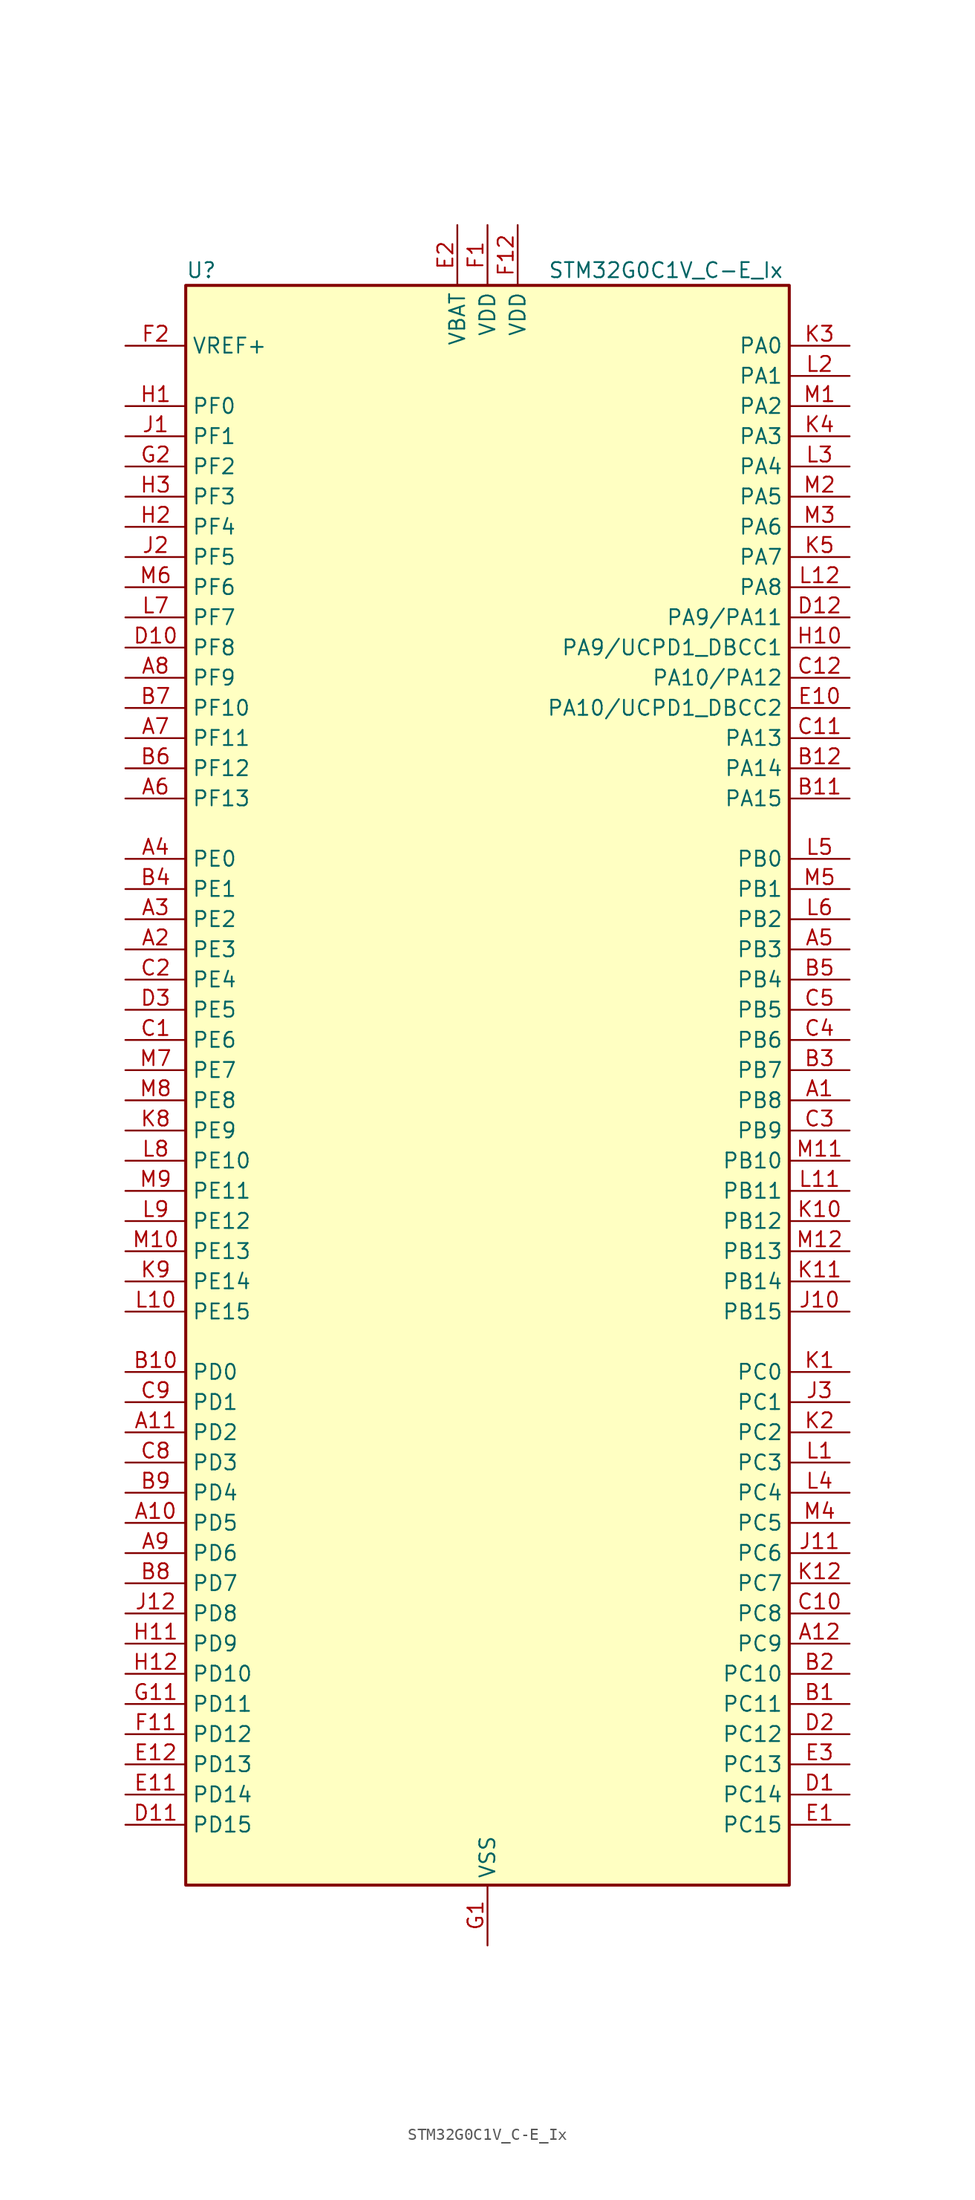
<source format=kicad_sym>
(kicad_symbol_lib
  (version 20241209)
  (generator "kicad_symbol_editor")
  (generator_version "9.0")
  (symbol "STM32G0C1V_C-E_Ix"
    (property "Reference" "U"
      (at -25.4 69.85 0)
      (effects (font (size 1.27 1.27)) (justify left)))
    (property "Value" "STM32G0C1V_C-E_Ix"
      (at 5.08 69.85 0)
      (effects (font (size 1.27 1.27)) (justify left)))
    (symbol "STM32G0C1V_C-E_Ix_0_1"
      (rectangle (start -25.4 -66.04) (end 25.4 68.58) (stroke (width 0.254) (type default)) (fill (type background))))
    (symbol "STM32G0C1V_C-E_Ix_1_1"
      (pin input line (at -30.48 63.5 0) (length 5.08) (name "VREF+" (effects (font (size 1.27 1.27)))) (number "F2" (effects (font (size 1.27 1.27)))) (alternate "VREFBUF_OUT" bidirectional line))
      (pin bidirectional line (at -30.48 58.42 0) (length 5.08) (name "PF0" (effects (font (size 1.27 1.27)))) (number "H1" (effects (font (size 1.27 1.27)))) (alternate "CRS1_SYNC" bidirectional line) (alternate "RCC_OSC_IN" bidirectional line) (alternate "TIM14_CH1" bidirectional line))
      (pin bidirectional line (at -30.48 55.88 0) (length 5.08) (name "PF1" (effects (font (size 1.27 1.27)))) (number "J1" (effects (font (size 1.27 1.27)))) (alternate "RCC_OSC_EN" bidirectional line) (alternate "RCC_OSC_OUT" bidirectional line) (alternate "TIM15_CH1N" bidirectional line))
      (pin bidirectional line (at -30.48 53.34 0) (length 5.08) (name "PF2" (effects (font (size 1.27 1.27)))) (number "G2" (effects (font (size 1.27 1.27)))) (alternate "LPUART2_DE" bidirectional line) (alternate "LPUART2_RTS" bidirectional line) (alternate "LPUART2_TX" bidirectional line) (alternate "RCC_MCO" bidirectional line))
      (pin bidirectional line (at -30.48 50.8 0) (length 5.08) (name "PF3" (effects (font (size 1.27 1.27)))) (number "H3" (effects (font (size 1.27 1.27)))) (alternate "LPUART2_RX" bidirectional line) (alternate "USART6_CK" bidirectional line) (alternate "USART6_DE" bidirectional line) (alternate "USART6_RTS" bidirectional line))
      (pin bidirectional line (at -30.48 48.26 0) (length 5.08) (name "PF4" (effects (font (size 1.27 1.27)))) (number "H2" (effects (font (size 1.27 1.27)))) (alternate "LPUART1_TX" bidirectional line))
      (pin bidirectional line (at -30.48 45.72 0) (length 5.08) (name "PF5" (effects (font (size 1.27 1.27)))) (number "J2" (effects (font (size 1.27 1.27)))) (alternate "LPUART1_RX" bidirectional line))
      (pin bidirectional line (at -30.48 43.18 0) (length 5.08) (name "PF6" (effects (font (size 1.27 1.27)))) (number "M6" (effects (font (size 1.27 1.27)))) (alternate "LPUART1_DE" bidirectional line) (alternate "LPUART1_RTS" bidirectional line))
      (pin bidirectional line (at -30.48 40.64 0) (length 5.08) (name "PF7" (effects (font (size 1.27 1.27)))) (number "L7" (effects (font (size 1.27 1.27)))) (alternate "LPUART1_CTS" bidirectional line) (alternate "USART5_CTS" bidirectional line) (alternate "USART5_NSS" bidirectional line))
      (pin bidirectional line (at -30.48 38.1 0) (length 5.08) (name "PF8" (effects (font (size 1.27 1.27)))) (number "D10" (effects (font (size 1.27 1.27)))))
      (pin bidirectional line (at -30.48 35.56 0) (length 5.08) (name "PF9" (effects (font (size 1.27 1.27)))) (number "A8" (effects (font (size 1.27 1.27)))) (alternate "DAC1_EXTI9" bidirectional line) (alternate "USART6_TX" bidirectional line))
      (pin bidirectional line (at -30.48 33.02 0) (length 5.08) (name "PF10" (effects (font (size 1.27 1.27)))) (number "B7" (effects (font (size 1.27 1.27)))) (alternate "USART6_RX" bidirectional line))
      (pin bidirectional line (at -30.48 30.48 0) (length 5.08) (name "PF11" (effects (font (size 1.27 1.27)))) (number "A7" (effects (font (size 1.27 1.27)))) (alternate "ADC1_EXTI11" bidirectional line) (alternate "USART6_CK" bidirectional line) (alternate "USART6_DE" bidirectional line) (alternate "USART6_RTS" bidirectional line))
      (pin bidirectional line (at -30.48 27.94 0) (length 5.08) (name "PF12" (effects (font (size 1.27 1.27)))) (number "B6" (effects (font (size 1.27 1.27)))) (alternate "TIM15_CH1" bidirectional line) (alternate "USART6_CTS" bidirectional line) (alternate "USART6_NSS" bidirectional line))
      (pin bidirectional line (at -30.48 25.4 0) (length 5.08) (name "PF13" (effects (font (size 1.27 1.27)))) (number "A6" (effects (font (size 1.27 1.27)))) (alternate "TIM15_CH2" bidirectional line))
      (pin bidirectional line (at -30.48 20.32 0) (length 5.08) (name "PE0" (effects (font (size 1.27 1.27)))) (number "A4" (effects (font (size 1.27 1.27)))) (alternate "TIM16_CH1" bidirectional line) (alternate "TIM4_ETR" bidirectional line))
      (pin bidirectional line (at -30.48 17.78 0) (length 5.08) (name "PE1" (effects (font (size 1.27 1.27)))) (number "B4" (effects (font (size 1.27 1.27)))) (alternate "TIM17_CH1" bidirectional line))
      (pin bidirectional line (at -30.48 15.24 0) (length 5.08) (name "PE2" (effects (font (size 1.27 1.27)))) (number "A3" (effects (font (size 1.27 1.27)))) (alternate "TIM3_ETR" bidirectional line))
      (pin bidirectional line (at -30.48 12.7 0) (length 5.08) (name "PE3" (effects (font (size 1.27 1.27)))) (number "A2" (effects (font (size 1.27 1.27)))) (alternate "TIM3_CH1" bidirectional line))
      (pin bidirectional line (at -30.48 10.16 0) (length 5.08) (name "PE4" (effects (font (size 1.27 1.27)))) (number "C2" (effects (font (size 1.27 1.27)))) (alternate "TIM3_CH2" bidirectional line))
      (pin bidirectional line (at -30.48 7.62 0) (length 5.08) (name "PE5" (effects (font (size 1.27 1.27)))) (number "D3" (effects (font (size 1.27 1.27)))) (alternate "TIM3_CH3" bidirectional line))
      (pin bidirectional line (at -30.48 5.08 0) (length 5.08) (name "PE6" (effects (font (size 1.27 1.27)))) (number "C1" (effects (font (size 1.27 1.27)))) (alternate "RTC_TAMP_IN3" bidirectional line) (alternate "SYS_WKUP3" bidirectional line) (alternate "TIM3_CH4" bidirectional line))
      (pin bidirectional line (at -30.48 2.54 0) (length 5.08) (name "PE7" (effects (font (size 1.27 1.27)))) (number "M7" (effects (font (size 1.27 1.27)))) (alternate "COMP3_INP" bidirectional line) (alternate "TIM1_ETR" bidirectional line) (alternate "USART5_CK" bidirectional line) (alternate "USART5_DE" bidirectional line) (alternate "USART5_RTS" bidirectional line))
      (pin bidirectional line (at -30.48 0 0) (length 5.08) (name "PE8" (effects (font (size 1.27 1.27)))) (number "M8" (effects (font (size 1.27 1.27)))) (alternate "COMP3_INM" bidirectional line) (alternate "TIM1_CH1N" bidirectional line) (alternate "USART4_TX" bidirectional line))
      (pin bidirectional line (at -30.48 -2.54 0) (length 5.08) (name "PE9" (effects (font (size 1.27 1.27)))) (number "K8" (effects (font (size 1.27 1.27)))) (alternate "DAC1_EXTI9" bidirectional line) (alternate "TIM1_CH1" bidirectional line) (alternate "USART4_RX" bidirectional line))
      (pin bidirectional line (at -30.48 -5.08 0) (length 5.08) (name "PE10" (effects (font (size 1.27 1.27)))) (number "L8" (effects (font (size 1.27 1.27)))) (alternate "TIM1_CH2N" bidirectional line) (alternate "USART5_TX" bidirectional line))
      (pin bidirectional line (at -30.48 -7.62 0) (length 5.08) (name "PE11" (effects (font (size 1.27 1.27)))) (number "M9" (effects (font (size 1.27 1.27)))) (alternate "ADC1_EXTI11" bidirectional line) (alternate "TIM1_CH2" bidirectional line) (alternate "USART5_RX" bidirectional line))
      (pin bidirectional line (at -30.48 -10.16 0) (length 5.08) (name "PE12" (effects (font (size 1.27 1.27)))) (number "L9" (effects (font (size 1.27 1.27)))) (alternate "I2S1_WS" bidirectional line) (alternate "SPI1_NSS" bidirectional line) (alternate "TIM1_CH3N" bidirectional line))
      (pin bidirectional line (at -30.48 -12.7 0) (length 5.08) (name "PE13" (effects (font (size 1.27 1.27)))) (number "M10" (effects (font (size 1.27 1.27)))) (alternate "I2S1_CK" bidirectional line) (alternate "SPI1_SCK" bidirectional line) (alternate "TIM1_CH3" bidirectional line))
      (pin bidirectional line (at -30.48 -15.24 0) (length 5.08) (name "PE14" (effects (font (size 1.27 1.27)))) (number "K9" (effects (font (size 1.27 1.27)))) (alternate "I2S1_MCK" bidirectional line) (alternate "SPI1_MISO" bidirectional line) (alternate "TIM1_BK2" bidirectional line) (alternate "TIM1_CH4" bidirectional line))
      (pin bidirectional line (at -30.48 -17.78 0) (length 5.08) (name "PE15" (effects (font (size 1.27 1.27)))) (number "L10" (effects (font (size 1.27 1.27)))) (alternate "I2S1_SD" bidirectional line) (alternate "SPI1_MOSI" bidirectional line) (alternate "TIM1_BK" bidirectional line))
      (pin bidirectional line (at -30.48 -22.86 0) (length 5.08) (name "PD0" (effects (font (size 1.27 1.27)))) (number "B10" (effects (font (size 1.27 1.27)))) (alternate "FDCAN1_RX" bidirectional line) (alternate "I2S2_WS" bidirectional line) (alternate "SPI2_NSS" bidirectional line) (alternate "TIM16_CH1" bidirectional line) (alternate "UCPD2_CC1" bidirectional line))
      (pin bidirectional line (at -30.48 -25.4 0) (length 5.08) (name "PD1" (effects (font (size 1.27 1.27)))) (number "C9" (effects (font (size 1.27 1.27)))) (alternate "FDCAN1_TX" bidirectional line) (alternate "I2S2_CK" bidirectional line) (alternate "SPI2_SCK" bidirectional line) (alternate "TIM17_CH1" bidirectional line) (alternate "UCPD2_DBCC1" bidirectional line))
      (pin bidirectional line (at -30.48 -27.94 0) (length 5.08) (name "PD2" (effects (font (size 1.27 1.27)))) (number "A11" (effects (font (size 1.27 1.27)))) (alternate "TIM1_CH1N" bidirectional line) (alternate "TIM3_ETR" bidirectional line) (alternate "UCPD2_CC2" bidirectional line) (alternate "USART3_CK" bidirectional line) (alternate "USART3_DE" bidirectional line) (alternate "USART3_RTS" bidirectional line) (alternate "USART5_RX" bidirectional line))
      (pin bidirectional line (at -30.48 -30.48 0) (length 5.08) (name "PD3" (effects (font (size 1.27 1.27)))) (number "C8" (effects (font (size 1.27 1.27)))) (alternate "I2S2_MCK" bidirectional line) (alternate "SPI2_MISO" bidirectional line) (alternate "TIM1_CH2N" bidirectional line) (alternate "UCPD2_DBCC2" bidirectional line) (alternate "USART2_CTS" bidirectional line) (alternate "USART2_NSS" bidirectional line) (alternate "USART5_TX" bidirectional line))
      (pin bidirectional line (at -30.48 -33.02 0) (length 5.08) (name "PD4" (effects (font (size 1.27 1.27)))) (number "B9" (effects (font (size 1.27 1.27)))) (alternate "I2S2_SD" bidirectional line) (alternate "SPI2_MOSI" bidirectional line) (alternate "TIM1_CH3N" bidirectional line) (alternate "USART2_CK" bidirectional line) (alternate "USART2_DE" bidirectional line) (alternate "USART2_RTS" bidirectional line) (alternate "USART5_CK" bidirectional line) (alternate "USART5_DE" bidirectional line) (alternate "USART5_RTS" bidirectional line))
      (pin bidirectional line (at -30.48 -35.56 0) (length 5.08) (name "PD5" (effects (font (size 1.27 1.27)))) (number "A10" (effects (font (size 1.27 1.27)))) (alternate "I2S1_MCK" bidirectional line) (alternate "SPI1_MISO" bidirectional line) (alternate "TIM1_BK" bidirectional line) (alternate "USART2_TX" bidirectional line) (alternate "USART5_CTS" bidirectional line) (alternate "USART5_NSS" bidirectional line))
      (pin bidirectional line (at -30.48 -38.1 0) (length 5.08) (name "PD6" (effects (font (size 1.27 1.27)))) (number "A9" (effects (font (size 1.27 1.27)))) (alternate "I2S1_SD" bidirectional line) (alternate "LPTIM2_OUT" bidirectional line) (alternate "SPI1_MOSI" bidirectional line) (alternate "USART2_RX" bidirectional line))
      (pin bidirectional line (at -30.48 -40.64 0) (length 5.08) (name "PD7" (effects (font (size 1.27 1.27)))) (number "B8" (effects (font (size 1.27 1.27)))) (alternate "RCC_MCO_2" bidirectional line))
      (pin bidirectional line (at -30.48 -43.18 0) (length 5.08) (name "PD8" (effects (font (size 1.27 1.27)))) (number "J12" (effects (font (size 1.27 1.27)))) (alternate "I2S1_CK" bidirectional line) (alternate "LPTIM1_OUT" bidirectional line) (alternate "SPI1_SCK" bidirectional line) (alternate "USART3_TX" bidirectional line))
      (pin bidirectional line (at -30.48 -45.72 0) (length 5.08) (name "PD9" (effects (font (size 1.27 1.27)))) (number "H11" (effects (font (size 1.27 1.27)))) (alternate "DAC1_EXTI9" bidirectional line) (alternate "I2S1_WS" bidirectional line) (alternate "SPI1_NSS" bidirectional line) (alternate "TIM1_BK2" bidirectional line) (alternate "USART3_RX" bidirectional line))
      (pin bidirectional line (at -30.48 -48.26 0) (length 5.08) (name "PD10" (effects (font (size 1.27 1.27)))) (number "H12" (effects (font (size 1.27 1.27)))) (alternate "RCC_MCO" bidirectional line))
      (pin bidirectional line (at -30.48 -50.8 0) (length 5.08) (name "PD11" (effects (font (size 1.27 1.27)))) (number "G11" (effects (font (size 1.27 1.27)))) (alternate "ADC1_EXTI11" bidirectional line) (alternate "LPTIM2_ETR" bidirectional line) (alternate "USART3_CTS" bidirectional line) (alternate "USART3_NSS" bidirectional line))
      (pin bidirectional line (at -30.48 -53.34 0) (length 5.08) (name "PD12" (effects (font (size 1.27 1.27)))) (number "F11" (effects (font (size 1.27 1.27)))) (alternate "FDCAN1_RX" bidirectional line) (alternate "LPTIM2_IN1" bidirectional line) (alternate "TIM4_CH1" bidirectional line) (alternate "USART3_CK" bidirectional line) (alternate "USART3_DE" bidirectional line) (alternate "USART3_RTS" bidirectional line))
      (pin bidirectional line (at -30.48 -55.88 0) (length 5.08) (name "PD13" (effects (font (size 1.27 1.27)))) (number "E12" (effects (font (size 1.27 1.27)))) (alternate "FDCAN1_TX" bidirectional line) (alternate "LPTIM2_OUT" bidirectional line) (alternate "TIM4_CH2" bidirectional line))
      (pin bidirectional line (at -30.48 -58.42 0) (length 5.08) (name "PD14" (effects (font (size 1.27 1.27)))) (number "E11" (effects (font (size 1.27 1.27)))) (alternate "FDCAN2_RX" bidirectional line) (alternate "LPUART2_CTS" bidirectional line) (alternate "TIM4_CH3" bidirectional line))
      (pin bidirectional line (at -30.48 -60.96 0) (length 5.08) (name "PD15" (effects (font (size 1.27 1.27)))) (number "D11" (effects (font (size 1.27 1.27)))) (alternate "CRS1_SYNC" bidirectional line) (alternate "FDCAN2_TX" bidirectional line) (alternate "LPUART2_DE" bidirectional line) (alternate "LPUART2_RTS" bidirectional line) (alternate "TIM4_CH4" bidirectional line))
      (pin power_in line (at -2.54 73.66 270) (length 5.08) (name "VBAT" (effects (font (size 1.27 1.27)))) (number "E2" (effects (font (size 1.27 1.27)))))
      (pin power_in line (at 0 73.66 270) (length 5.08) (name "VDD" (effects (font (size 1.27 1.27)))) (number "F1" (effects (font (size 1.27 1.27)))))
      (pin power_in line (at 0 -71.12 90) (length 5.08) (name "VSS" (effects (font (size 1.27 1.27)))) (number "G1" (effects (font (size 1.27 1.27)))))
      (pin passive line (at 0 -71.12 90) (length 5.08) (hide yes) (name "VSS" (effects (font (size 1.27 1.27)))) (number "G12" (effects (font (size 1.27 1.27)))))
      (pin power_in line (at 2.54 73.66 270) (length 5.08) (name "VDD" (effects (font (size 1.27 1.27)))) (number "F12" (effects (font (size 1.27 1.27)))))
      (pin bidirectional line (at 30.48 63.5 180) (length 5.08) (name "PA0" (effects (font (size 1.27 1.27)))) (number "K3" (effects (font (size 1.27 1.27)))) (alternate "ADC1_IN0" bidirectional line) (alternate "COMP1_INM" bidirectional line) (alternate "COMP1_OUT" bidirectional line) (alternate "I2S2_CK" bidirectional line) (alternate "LPTIM1_OUT" bidirectional line) (alternate "RTC_TAMP_IN2" bidirectional line) (alternate "SPI2_SCK" bidirectional line) (alternate "SYS_WKUP1" bidirectional line) (alternate "TIM2_CH1" bidirectional line) (alternate "TIM2_ETR" bidirectional line) (alternate "UCPD2_FRSTX1" bidirectional line) (alternate "UCPD2_FRSTX2" bidirectional line) (alternate "USART2_CTS" bidirectional line) (alternate "USART2_NSS" bidirectional line) (alternate "USART4_TX" bidirectional line))
      (pin bidirectional line (at 30.48 60.96 180) (length 5.08) (name "PA1" (effects (font (size 1.27 1.27)))) (number "L2" (effects (font (size 1.27 1.27)))) (alternate "ADC1_IN1" bidirectional line) (alternate "COMP1_INP" bidirectional line) (alternate "I2C1_SMBA" bidirectional line) (alternate "I2S1_CK" bidirectional line) (alternate "SPI1_SCK" bidirectional line) (alternate "TIM15_CH1N" bidirectional line) (alternate "TIM2_CH2" bidirectional line) (alternate "USART2_CK" bidirectional line) (alternate "USART2_DE" bidirectional line) (alternate "USART2_RTS" bidirectional line) (alternate "USART4_RX" bidirectional line))
      (pin bidirectional line (at 30.48 58.42 180) (length 5.08) (name "PA2" (effects (font (size 1.27 1.27)))) (number "M1" (effects (font (size 1.27 1.27)))) (alternate "ADC1_IN2" bidirectional line) (alternate "COMP2_INM" bidirectional line) (alternate "COMP2_OUT" bidirectional line) (alternate "I2S1_SD" bidirectional line) (alternate "LPUART1_TX" bidirectional line) (alternate "RCC_LSCO" bidirectional line) (alternate "SPI1_MOSI" bidirectional line) (alternate "SYS_WKUP4" bidirectional line) (alternate "TIM15_CH1" bidirectional line) (alternate "TIM2_CH3" bidirectional line) (alternate "UCPD1_FRSTX1" bidirectional line) (alternate "UCPD1_FRSTX2" bidirectional line) (alternate "USART2_TX" bidirectional line))
      (pin bidirectional line (at 30.48 55.88 180) (length 5.08) (name "PA3" (effects (font (size 1.27 1.27)))) (number "K4" (effects (font (size 1.27 1.27)))) (alternate "ADC1_IN3" bidirectional line) (alternate "COMP2_INP" bidirectional line) (alternate "I2S2_MCK" bidirectional line) (alternate "LPUART1_RX" bidirectional line) (alternate "SPI2_MISO" bidirectional line) (alternate "TIM15_CH2" bidirectional line) (alternate "TIM2_CH4" bidirectional line) (alternate "UCPD2_FRSTX1" bidirectional line) (alternate "UCPD2_FRSTX2" bidirectional line) (alternate "USART2_RX" bidirectional line))
      (pin bidirectional line (at 30.48 53.34 180) (length 5.08) (name "PA4" (effects (font (size 1.27 1.27)))) (number "L3" (effects (font (size 1.27 1.27)))) (alternate "ADC1_IN4" bidirectional line) (alternate "DAC1_OUT1" bidirectional line) (alternate "I2S1_WS" bidirectional line) (alternate "I2S2_SD" bidirectional line) (alternate "LPTIM2_OUT" bidirectional line) (alternate "RTC_OUT2" bidirectional line) (alternate "SPI1_NSS" bidirectional line) (alternate "SPI2_MOSI" bidirectional line) (alternate "SPI3_NSS" bidirectional line) (alternate "TIM14_CH1" bidirectional line) (alternate "UCPD2_FRSTX1" bidirectional line) (alternate "UCPD2_FRSTX2" bidirectional line) (alternate "USART6_TX" bidirectional line) (alternate "USB_NOE" bidirectional line))
      (pin bidirectional line (at 30.48 50.8 180) (length 5.08) (name "PA5" (effects (font (size 1.27 1.27)))) (number "M2" (effects (font (size 1.27 1.27)))) (alternate "ADC1_IN5" bidirectional line) (alternate "CEC" bidirectional line) (alternate "DAC1_OUT2" bidirectional line) (alternate "I2S1_CK" bidirectional line) (alternate "LPTIM2_ETR" bidirectional line) (alternate "SPI1_SCK" bidirectional line) (alternate "TIM2_CH1" bidirectional line) (alternate "TIM2_ETR" bidirectional line) (alternate "UCPD1_FRSTX1" bidirectional line) (alternate "UCPD1_FRSTX2" bidirectional line) (alternate "USART3_TX" bidirectional line) (alternate "USART6_RX" bidirectional line))
      (pin bidirectional line (at 30.48 48.26 180) (length 5.08) (name "PA6" (effects (font (size 1.27 1.27)))) (number "M3" (effects (font (size 1.27 1.27)))) (alternate "ADC1_IN6" bidirectional line) (alternate "COMP1_OUT" bidirectional line) (alternate "I2C2_SDA" bidirectional line) (alternate "I2C3_SDA" bidirectional line) (alternate "I2S1_MCK" bidirectional line) (alternate "LPUART1_CTS" bidirectional line) (alternate "SPI1_MISO" bidirectional line) (alternate "TIM16_CH1" bidirectional line) (alternate "TIM1_BK" bidirectional line) (alternate "TIM3_CH1" bidirectional line) (alternate "USART3_CTS" bidirectional line) (alternate "USART3_NSS" bidirectional line) (alternate "USART6_CTS" bidirectional line) (alternate "USART6_NSS" bidirectional line))
      (pin bidirectional line (at 30.48 45.72 180) (length 5.08) (name "PA7" (effects (font (size 1.27 1.27)))) (number "K5" (effects (font (size 1.27 1.27)))) (alternate "ADC1_IN7" bidirectional line) (alternate "COMP2_OUT" bidirectional line) (alternate "I2C2_SCL" bidirectional line) (alternate "I2C3_SCL" bidirectional line) (alternate "I2S1_SD" bidirectional line) (alternate "SPI1_MOSI" bidirectional line) (alternate "TIM14_CH1" bidirectional line) (alternate "TIM17_CH1" bidirectional line) (alternate "TIM1_CH1N" bidirectional line) (alternate "TIM3_CH2" bidirectional line) (alternate "UCPD1_FRSTX1" bidirectional line) (alternate "UCPD1_FRSTX2" bidirectional line) (alternate "USART6_CK" bidirectional line) (alternate "USART6_DE" bidirectional line) (alternate "USART6_RTS" bidirectional line))
      (pin bidirectional line (at 30.48 43.18 180) (length 5.08) (name "PA8" (effects (font (size 1.27 1.27)))) (number "L12" (effects (font (size 1.27 1.27)))) (alternate "CRS1_SYNC" bidirectional line) (alternate "I2C2_SMBA" bidirectional line) (alternate "I2S2_WS" bidirectional line) (alternate "LPTIM2_OUT" bidirectional line) (alternate "RCC_MCO" bidirectional line) (alternate "SPI2_NSS" bidirectional line) (alternate "TIM1_CH1" bidirectional line) (alternate "UCPD1_CC1" bidirectional line))
      (pin bidirectional line (at 30.48 40.64 180) (length 5.08) (name "PA9/PA11" (effects (font (size 1.27 1.27)))) (number "D12" (effects (font (size 1.27 1.27)))) (alternate "ADC1_EXTI11 (PA11)" bidirectional line) (alternate "COMP1_OUT (PA11)" bidirectional line) (alternate "DAC1_EXTI9 (PA9)" bidirectional line) (alternate "FDCAN1_RX (PA11)" bidirectional line) (alternate "I2C1_SCL (PA9)" bidirectional line) (alternate "I2C2_SCL (PA11)" bidirectional line) (alternate "I2C2_SCL (PA9)" bidirectional line) (alternate "I2S1_MCK (PA11)" bidirectional line) (alternate "I2S2_MCK (PA9)" bidirectional line) (alternate "PA11" bidirectional line) (alternate "PA9" bidirectional line) (alternate "RCC_MCO (PA9)" bidirectional line) (alternate "SPI1_MISO (PA11)" bidirectional line) (alternate "SPI2_MISO (PA9)" bidirectional line) (alternate "TIM15_BK (PA9)" bidirectional line) (alternate "TIM1_BK2 (PA11)" bidirectional line) (alternate "TIM1_CH2 (PA9)" bidirectional line) (alternate "TIM1_CH4 (PA11)" bidirectional line) (alternate "UCPD1_DBCC1 (PA9)" bidirectional line) (alternate "USART1_CTS (PA11)" bidirectional line) (alternate "USART1_NSS (PA11)" bidirectional line) (alternate "USART1_TX (PA9)" bidirectional line) (alternate "USB_DM (PA11)" bidirectional line))
      (pin bidirectional line (at 30.48 38.1 180) (length 5.08) (name "PA9/UCPD1_DBCC1" (effects (font (size 1.27 1.27)))) (number "H10" (effects (font (size 1.27 1.27)))) (alternate "DAC1_EXTI9 (PA9)" bidirectional line) (alternate "I2C1_SCL (PA9)" bidirectional line) (alternate "I2C2_SCL (PA9)" bidirectional line) (alternate "I2S2_MCK (PA9)" bidirectional line) (alternate "PA9" bidirectional line) (alternate "RCC_MCO (PA9)" bidirectional line) (alternate "SPI2_MISO (PA9)" bidirectional line) (alternate "TIM15_BK (PA9)" bidirectional line) (alternate "TIM1_CH2 (PA9)" bidirectional line) (alternate "UCPD1_DBCC1" bidirectional line) (alternate "UCPD1_DBCC1 (PA9)" bidirectional line) (alternate "UCPD1_DBCC1 (UCPD1_DBCC1)" bidirectional line) (alternate "USART1_TX (PA9)" bidirectional line))
      (pin bidirectional line (at 30.48 35.56 180) (length 5.08) (name "PA10/PA12" (effects (font (size 1.27 1.27)))) (number "C12" (effects (font (size 1.27 1.27)))) (alternate "COMP2_OUT (PA12)" bidirectional line) (alternate "FDCAN1_TX (PA12)" bidirectional line) (alternate "I2C1_SDA (PA10)" bidirectional line) (alternate "I2C2_SDA (PA10)" bidirectional line) (alternate "I2C2_SDA (PA12)" bidirectional line) (alternate "I2S1_SD (PA12)" bidirectional line) (alternate "I2S2_SD (PA10)" bidirectional line) (alternate "I2S_CKIN (PA12)" bidirectional line) (alternate "PA10" bidirectional line) (alternate "PA12" bidirectional line) (alternate "RCC_MCO_2 (PA10)" bidirectional line) (alternate "SPI1_MOSI (PA12)" bidirectional line) (alternate "SPI2_MOSI (PA10)" bidirectional line) (alternate "TIM17_BK (PA10)" bidirectional line) (alternate "TIM1_CH3 (PA10)" bidirectional line) (alternate "TIM1_ETR (PA12)" bidirectional line) (alternate "UCPD1_DBCC2 (PA10)" bidirectional line) (alternate "USART1_CK (PA12)" bidirectional line) (alternate "USART1_DE (PA12)" bidirectional line) (alternate "USART1_RTS (PA12)" bidirectional line) (alternate "USART1_RX (PA10)" bidirectional line) (alternate "USB_DP (PA12)" bidirectional line))
      (pin bidirectional line (at 30.48 33.02 180) (length 5.08) (name "PA10/UCPD1_DBCC2" (effects (font (size 1.27 1.27)))) (number "E10" (effects (font (size 1.27 1.27)))) (alternate "I2C1_SDA (PA10)" bidirectional line) (alternate "I2C2_SDA (PA10)" bidirectional line) (alternate "I2S2_SD (PA10)" bidirectional line) (alternate "PA10" bidirectional line) (alternate "RCC_MCO_2 (PA10)" bidirectional line) (alternate "SPI2_MOSI (PA10)" bidirectional line) (alternate "TIM17_BK (PA10)" bidirectional line) (alternate "TIM1_CH3 (PA10)" bidirectional line) (alternate "UCPD1_DBCC2" bidirectional line) (alternate "UCPD1_DBCC2 (PA10)" bidirectional line) (alternate "UCPD1_DBCC2 (UCPD1_DBCC2)" bidirectional line) (alternate "USART1_RX (PA10)" bidirectional line))
      (pin bidirectional line (at 30.48 30.48 180) (length 5.08) (name "PA13" (effects (font (size 1.27 1.27)))) (number "C11" (effects (font (size 1.27 1.27)))) (alternate "IR_OUT" bidirectional line) (alternate "LPUART2_RX" bidirectional line) (alternate "SYS_SWDIO" bidirectional line) (alternate "USB_NOE" bidirectional line))
      (pin bidirectional line (at 30.48 27.94 180) (length 5.08) (name "PA14" (effects (font (size 1.27 1.27)))) (number "B12" (effects (font (size 1.27 1.27)))) (alternate "LPUART2_TX" bidirectional line) (alternate "SYS_SWCLK" bidirectional line) (alternate "USART2_TX" bidirectional line))
      (pin bidirectional line (at 30.48 25.4 180) (length 5.08) (name "PA15" (effects (font (size 1.27 1.27)))) (number "B11" (effects (font (size 1.27 1.27)))) (alternate "I2C2_SMBA" bidirectional line) (alternate "I2S1_WS" bidirectional line) (alternate "RCC_MCO_2" bidirectional line) (alternate "SPI1_NSS" bidirectional line) (alternate "SPI3_NSS" bidirectional line) (alternate "TIM2_CH1" bidirectional line) (alternate "TIM2_ETR" bidirectional line) (alternate "USART2_RX" bidirectional line) (alternate "USART3_CK" bidirectional line) (alternate "USART3_DE" bidirectional line) (alternate "USART3_RTS" bidirectional line) (alternate "USART4_CK" bidirectional line) (alternate "USART4_DE" bidirectional line) (alternate "USART4_RTS" bidirectional line) (alternate "USB_NOE" bidirectional line))
      (pin bidirectional line (at 30.48 20.32 180) (length 5.08) (name "PB0" (effects (font (size 1.27 1.27)))) (number "L5" (effects (font (size 1.27 1.27)))) (alternate "ADC1_IN8" bidirectional line) (alternate "COMP1_OUT" bidirectional line) (alternate "COMP3_INP" bidirectional line) (alternate "FDCAN2_RX" bidirectional line) (alternate "I2S1_WS" bidirectional line) (alternate "LPTIM1_OUT" bidirectional line) (alternate "LPUART2_CTS" bidirectional line) (alternate "SPI1_NSS" bidirectional line) (alternate "TIM1_CH2N" bidirectional line) (alternate "TIM3_CH3" bidirectional line) (alternate "UCPD1_FRSTX1" bidirectional line) (alternate "UCPD1_FRSTX2" bidirectional line) (alternate "USART3_RX" bidirectional line) (alternate "USART5_TX" bidirectional line))
      (pin bidirectional line (at 30.48 17.78 180) (length 5.08) (name "PB1" (effects (font (size 1.27 1.27)))) (number "M5" (effects (font (size 1.27 1.27)))) (alternate "ADC1_IN9" bidirectional line) (alternate "COMP1_INM" bidirectional line) (alternate "COMP3_OUT" bidirectional line) (alternate "FDCAN2_TX" bidirectional line) (alternate "LPTIM2_IN1" bidirectional line) (alternate "LPUART1_DE" bidirectional line) (alternate "LPUART1_RTS" bidirectional line) (alternate "LPUART2_DE" bidirectional line) (alternate "LPUART2_RTS" bidirectional line) (alternate "TIM14_CH1" bidirectional line) (alternate "TIM1_CH3N" bidirectional line) (alternate "TIM3_CH4" bidirectional line) (alternate "USART3_CK" bidirectional line) (alternate "USART3_DE" bidirectional line) (alternate "USART3_RTS" bidirectional line) (alternate "USART5_RX" bidirectional line))
      (pin bidirectional line (at 30.48 15.24 180) (length 5.08) (name "PB2" (effects (font (size 1.27 1.27)))) (number "L6" (effects (font (size 1.27 1.27)))) (alternate "ADC1_IN10" bidirectional line) (alternate "COMP1_INP" bidirectional line) (alternate "COMP3_INM" bidirectional line) (alternate "I2S2_MCK" bidirectional line) (alternate "LPTIM1_OUT" bidirectional line) (alternate "RCC_MCO_2" bidirectional line) (alternate "SPI2_MISO" bidirectional line) (alternate "USART3_TX" bidirectional line))
      (pin bidirectional line (at 30.48 12.7 180) (length 5.08) (name "PB3" (effects (font (size 1.27 1.27)))) (number "A5" (effects (font (size 1.27 1.27)))) (alternate "COMP2_INM" bidirectional line) (alternate "I2C2_SCL" bidirectional line) (alternate "I2C3_SCL" bidirectional line) (alternate "I2S1_CK" bidirectional line) (alternate "SPI1_SCK" bidirectional line) (alternate "SPI3_SCK" bidirectional line) (alternate "TIM1_CH2" bidirectional line) (alternate "TIM2_CH2" bidirectional line) (alternate "USART1_CK" bidirectional line) (alternate "USART1_DE" bidirectional line) (alternate "USART1_RTS" bidirectional line) (alternate "USART5_TX" bidirectional line))
      (pin bidirectional line (at 30.48 10.16 180) (length 5.08) (name "PB4" (effects (font (size 1.27 1.27)))) (number "B5" (effects (font (size 1.27 1.27)))) (alternate "COMP2_INP" bidirectional line) (alternate "I2C2_SDA" bidirectional line) (alternate "I2C3_SDA" bidirectional line) (alternate "I2S1_MCK" bidirectional line) (alternate "SPI1_MISO" bidirectional line) (alternate "SPI3_MISO" bidirectional line) (alternate "TIM17_BK" bidirectional line) (alternate "TIM3_CH1" bidirectional line) (alternate "USART1_CTS" bidirectional line) (alternate "USART1_NSS" bidirectional line) (alternate "USART5_RX" bidirectional line))
      (pin bidirectional line (at 30.48 7.62 180) (length 5.08) (name "PB5" (effects (font (size 1.27 1.27)))) (number "C5" (effects (font (size 1.27 1.27)))) (alternate "COMP2_OUT" bidirectional line) (alternate "FDCAN2_RX" bidirectional line) (alternate "I2C1_SMBA" bidirectional line) (alternate "I2S1_SD" bidirectional line) (alternate "LPTIM1_IN1" bidirectional line) (alternate "SPI1_MOSI" bidirectional line) (alternate "SPI3_MOSI" bidirectional line) (alternate "SYS_WKUP6" bidirectional line) (alternate "TIM16_BK" bidirectional line) (alternate "TIM3_CH2" bidirectional line) (alternate "USART5_CK" bidirectional line) (alternate "USART5_DE" bidirectional line) (alternate "USART5_RTS" bidirectional line))
      (pin bidirectional line (at 30.48 5.08 180) (length 5.08) (name "PB6" (effects (font (size 1.27 1.27)))) (number "C4" (effects (font (size 1.27 1.27)))) (alternate "COMP2_INP" bidirectional line) (alternate "FDCAN2_TX" bidirectional line) (alternate "I2C1_SCL" bidirectional line) (alternate "I2S2_MCK" bidirectional line) (alternate "LPTIM1_ETR" bidirectional line) (alternate "LPUART2_TX" bidirectional line) (alternate "SPI2_MISO" bidirectional line) (alternate "TIM16_CH1N" bidirectional line) (alternate "TIM1_CH3" bidirectional line) (alternate "TIM4_CH1" bidirectional line) (alternate "USART1_TX" bidirectional line) (alternate "USART5_CTS" bidirectional line) (alternate "USART5_NSS" bidirectional line))
      (pin bidirectional line (at 30.48 2.54 180) (length 5.08) (name "PB7" (effects (font (size 1.27 1.27)))) (number "B3" (effects (font (size 1.27 1.27)))) (alternate "COMP2_INM" bidirectional line) (alternate "I2C1_SDA" bidirectional line) (alternate "I2S2_SD" bidirectional line) (alternate "LPTIM1_IN2" bidirectional line) (alternate "LPUART2_RX" bidirectional line) (alternate "SPI2_MOSI" bidirectional line) (alternate "SYS_PVD_IN" bidirectional line) (alternate "TIM17_CH1N" bidirectional line) (alternate "TIM4_CH2" bidirectional line) (alternate "USART1_RX" bidirectional line) (alternate "USART4_CTS" bidirectional line) (alternate "USART4_NSS" bidirectional line))
      (pin bidirectional line (at 30.48 0 180) (length 5.08) (name "PB8" (effects (font (size 1.27 1.27)))) (number "A1" (effects (font (size 1.27 1.27)))) (alternate "CEC" bidirectional line) (alternate "FDCAN1_RX" bidirectional line) (alternate "I2C1_SCL" bidirectional line) (alternate "I2S2_CK" bidirectional line) (alternate "SPI2_SCK" bidirectional line) (alternate "TIM15_BK" bidirectional line) (alternate "TIM16_CH1" bidirectional line) (alternate "TIM4_CH3" bidirectional line) (alternate "USART3_TX" bidirectional line) (alternate "USART6_TX" bidirectional line))
      (pin bidirectional line (at 30.48 -2.54 180) (length 5.08) (name "PB9" (effects (font (size 1.27 1.27)))) (number "C3" (effects (font (size 1.27 1.27)))) (alternate "DAC1_EXTI9" bidirectional line) (alternate "FDCAN1_TX" bidirectional line) (alternate "I2C1_SDA" bidirectional line) (alternate "I2S2_WS" bidirectional line) (alternate "IR_OUT" bidirectional line) (alternate "SPI2_NSS" bidirectional line) (alternate "TIM17_CH1" bidirectional line) (alternate "TIM4_CH4" bidirectional line) (alternate "UCPD2_FRSTX1" bidirectional line) (alternate "UCPD2_FRSTX2" bidirectional line) (alternate "USART3_RX" bidirectional line) (alternate "USART6_RX" bidirectional line))
      (pin bidirectional line (at 30.48 -5.08 180) (length 5.08) (name "PB10" (effects (font (size 1.27 1.27)))) (number "M11" (effects (font (size 1.27 1.27)))) (alternate "ADC1_IN11" bidirectional line) (alternate "CEC" bidirectional line) (alternate "COMP1_OUT" bidirectional line) (alternate "I2C2_SCL" bidirectional line) (alternate "I2S2_CK" bidirectional line) (alternate "LPUART1_RX" bidirectional line) (alternate "SPI2_SCK" bidirectional line) (alternate "TIM2_CH3" bidirectional line) (alternate "USART3_TX" bidirectional line))
      (pin bidirectional line (at 30.48 -7.62 180) (length 5.08) (name "PB11" (effects (font (size 1.27 1.27)))) (number "L11" (effects (font (size 1.27 1.27)))) (alternate "ADC1_EXTI11" bidirectional line) (alternate "ADC1_IN15" bidirectional line) (alternate "COMP2_OUT" bidirectional line) (alternate "I2C2_SDA" bidirectional line) (alternate "I2S2_SD" bidirectional line) (alternate "LPUART1_TX" bidirectional line) (alternate "SPI2_MOSI" bidirectional line) (alternate "TIM2_CH4" bidirectional line) (alternate "USART3_RX" bidirectional line))
      (pin bidirectional line (at 30.48 -10.16 180) (length 5.08) (name "PB12" (effects (font (size 1.27 1.27)))) (number "K10" (effects (font (size 1.27 1.27)))) (alternate "ADC1_IN16" bidirectional line) (alternate "FDCAN2_RX" bidirectional line) (alternate "I2C2_SMBA" bidirectional line) (alternate "I2S2_WS" bidirectional line) (alternate "LPUART1_DE" bidirectional line) (alternate "LPUART1_RTS" bidirectional line) (alternate "SPI2_NSS" bidirectional line) (alternate "TIM15_BK" bidirectional line) (alternate "TIM1_BK" bidirectional line) (alternate "UCPD2_FRSTX1" bidirectional line) (alternate "UCPD2_FRSTX2" bidirectional line))
      (pin bidirectional line (at 30.48 -12.7 180) (length 5.08) (name "PB13" (effects (font (size 1.27 1.27)))) (number "M12" (effects (font (size 1.27 1.27)))) (alternate "FDCAN2_TX" bidirectional line) (alternate "I2C2_SCL" bidirectional line) (alternate "I2S2_CK" bidirectional line) (alternate "LPUART1_CTS" bidirectional line) (alternate "SPI2_SCK" bidirectional line) (alternate "TIM15_CH1N" bidirectional line) (alternate "TIM1_CH1N" bidirectional line) (alternate "USART3_CTS" bidirectional line) (alternate "USART3_NSS" bidirectional line))
      (pin bidirectional line (at 30.48 -15.24 180) (length 5.08) (name "PB14" (effects (font (size 1.27 1.27)))) (number "K11" (effects (font (size 1.27 1.27)))) (alternate "I2C2_SDA" bidirectional line) (alternate "I2S2_MCK" bidirectional line) (alternate "SPI2_MISO" bidirectional line) (alternate "TIM15_CH1" bidirectional line) (alternate "TIM1_CH2N" bidirectional line) (alternate "UCPD1_FRSTX1" bidirectional line) (alternate "UCPD1_FRSTX2" bidirectional line) (alternate "USART3_CK" bidirectional line) (alternate "USART3_DE" bidirectional line) (alternate "USART3_RTS" bidirectional line) (alternate "USART6_CK" bidirectional line) (alternate "USART6_DE" bidirectional line) (alternate "USART6_RTS" bidirectional line))
      (pin bidirectional line (at 30.48 -17.78 180) (length 5.08) (name "PB15" (effects (font (size 1.27 1.27)))) (number "J10" (effects (font (size 1.27 1.27)))) (alternate "I2S2_SD" bidirectional line) (alternate "RTC_REFIN" bidirectional line) (alternate "SPI2_MOSI" bidirectional line) (alternate "TIM15_CH1N" bidirectional line) (alternate "TIM15_CH2" bidirectional line) (alternate "TIM1_CH3N" bidirectional line) (alternate "UCPD1_CC2" bidirectional line) (alternate "USART6_CTS" bidirectional line) (alternate "USART6_NSS" bidirectional line))
      (pin bidirectional line (at 30.48 -22.86 180) (length 5.08) (name "PC0" (effects (font (size 1.27 1.27)))) (number "K1" (effects (font (size 1.27 1.27)))) (alternate "COMP3_INM" bidirectional line) (alternate "COMP3_OUT" bidirectional line) (alternate "I2C3_SCL" bidirectional line) (alternate "LPTIM1_IN1" bidirectional line) (alternate "LPTIM2_IN1" bidirectional line) (alternate "LPUART1_RX" bidirectional line) (alternate "LPUART2_TX" bidirectional line) (alternate "USART6_TX" bidirectional line))
      (pin bidirectional line (at 30.48 -25.4 180) (length 5.08) (name "PC1" (effects (font (size 1.27 1.27)))) (number "J3" (effects (font (size 1.27 1.27)))) (alternate "COMP3_INP" bidirectional line) (alternate "I2C3_SDA" bidirectional line) (alternate "LPTIM1_OUT" bidirectional line) (alternate "LPUART1_TX" bidirectional line) (alternate "LPUART2_RX" bidirectional line) (alternate "TIM15_CH1" bidirectional line) (alternate "USART6_RX" bidirectional line))
      (pin bidirectional line (at 30.48 -27.94 180) (length 5.08) (name "PC2" (effects (font (size 1.27 1.27)))) (number "K2" (effects (font (size 1.27 1.27)))) (alternate "COMP3_OUT" bidirectional line) (alternate "FDCAN2_RX" bidirectional line) (alternate "I2S2_MCK" bidirectional line) (alternate "LPTIM1_IN2" bidirectional line) (alternate "SPI2_MISO" bidirectional line) (alternate "TIM15_CH2" bidirectional line))
      (pin bidirectional line (at 30.48 -30.48 180) (length 5.08) (name "PC3" (effects (font (size 1.27 1.27)))) (number "L1" (effects (font (size 1.27 1.27)))) (alternate "FDCAN2_TX" bidirectional line) (alternate "I2S2_SD" bidirectional line) (alternate "LPTIM1_ETR" bidirectional line) (alternate "LPTIM2_ETR" bidirectional line) (alternate "SPI2_MOSI" bidirectional line))
      (pin bidirectional line (at 30.48 -33.02 180) (length 5.08) (name "PC4" (effects (font (size 1.27 1.27)))) (number "L4" (effects (font (size 1.27 1.27)))) (alternate "ADC1_IN17" bidirectional line) (alternate "COMP1_INM" bidirectional line) (alternate "FDCAN1_RX" bidirectional line) (alternate "TIM2_CH1" bidirectional line) (alternate "TIM2_ETR" bidirectional line) (alternate "USART1_TX" bidirectional line) (alternate "USART3_TX" bidirectional line))
      (pin bidirectional line (at 30.48 -35.56 180) (length 5.08) (name "PC5" (effects (font (size 1.27 1.27)))) (number "M4" (effects (font (size 1.27 1.27)))) (alternate "ADC1_IN18" bidirectional line) (alternate "COMP1_INP" bidirectional line) (alternate "FDCAN1_TX" bidirectional line) (alternate "SYS_WKUP5" bidirectional line) (alternate "TIM2_CH2" bidirectional line) (alternate "USART1_RX" bidirectional line) (alternate "USART3_RX" bidirectional line))
      (pin bidirectional line (at 30.48 -38.1 180) (length 5.08) (name "PC6" (effects (font (size 1.27 1.27)))) (number "J11" (effects (font (size 1.27 1.27)))) (alternate "LPUART2_TX" bidirectional line) (alternate "TIM2_CH3" bidirectional line) (alternate "TIM3_CH1" bidirectional line) (alternate "UCPD1_FRSTX1" bidirectional line) (alternate "UCPD1_FRSTX2" bidirectional line))
      (pin bidirectional line (at 30.48 -40.64 180) (length 5.08) (name "PC7" (effects (font (size 1.27 1.27)))) (number "K12" (effects (font (size 1.27 1.27)))) (alternate "LPUART2_RX" bidirectional line) (alternate "TIM2_CH4" bidirectional line) (alternate "TIM3_CH2" bidirectional line) (alternate "UCPD2_FRSTX1" bidirectional line) (alternate "UCPD2_FRSTX2" bidirectional line))
      (pin bidirectional line (at 30.48 -43.18 180) (length 5.08) (name "PC8" (effects (font (size 1.27 1.27)))) (number "C10" (effects (font (size 1.27 1.27)))) (alternate "LPUART2_CTS" bidirectional line) (alternate "TIM1_CH1" bidirectional line) (alternate "TIM3_CH3" bidirectional line) (alternate "UCPD2_FRSTX1" bidirectional line) (alternate "UCPD2_FRSTX2" bidirectional line))
      (pin bidirectional line (at 30.48 -45.72 180) (length 5.08) (name "PC9" (effects (font (size 1.27 1.27)))) (number "A12" (effects (font (size 1.27 1.27)))) (alternate "DAC1_EXTI9" bidirectional line) (alternate "I2S_CKIN" bidirectional line) (alternate "LPUART2_DE" bidirectional line) (alternate "LPUART2_RTS" bidirectional line) (alternate "TIM1_CH2" bidirectional line) (alternate "TIM3_CH4" bidirectional line) (alternate "USB_NOE" bidirectional line))
      (pin bidirectional line (at 30.48 -48.26 180) (length 5.08) (name "PC10" (effects (font (size 1.27 1.27)))) (number "B2" (effects (font (size 1.27 1.27)))) (alternate "SPI3_SCK" bidirectional line) (alternate "TIM1_CH3" bidirectional line) (alternate "USART3_TX" bidirectional line) (alternate "USART4_TX" bidirectional line))
      (pin bidirectional line (at 30.48 -50.8 180) (length 5.08) (name "PC11" (effects (font (size 1.27 1.27)))) (number "B1" (effects (font (size 1.27 1.27)))) (alternate "ADC1_EXTI11" bidirectional line) (alternate "SPI3_MISO" bidirectional line) (alternate "TIM1_CH4" bidirectional line) (alternate "USART3_RX" bidirectional line) (alternate "USART4_RX" bidirectional line))
      (pin bidirectional line (at 30.48 -53.34 180) (length 5.08) (name "PC12" (effects (font (size 1.27 1.27)))) (number "D2" (effects (font (size 1.27 1.27)))) (alternate "LPTIM1_IN1" bidirectional line) (alternate "SPI3_MOSI" bidirectional line) (alternate "TIM14_CH1" bidirectional line) (alternate "UCPD1_FRSTX1" bidirectional line) (alternate "UCPD1_FRSTX2" bidirectional line) (alternate "USART5_TX" bidirectional line))
      (pin bidirectional line (at 30.48 -55.88 180) (length 5.08) (name "PC13" (effects (font (size 1.27 1.27)))) (number "E3" (effects (font (size 1.27 1.27)))) (alternate "RTC_OUT1" bidirectional line) (alternate "RTC_TAMP_IN1" bidirectional line) (alternate "RTC_TS" bidirectional line) (alternate "SYS_WKUP2" bidirectional line) (alternate "TIM1_BK" bidirectional line))
      (pin bidirectional line (at 30.48 -58.42 180) (length 5.08) (name "PC14" (effects (font (size 1.27 1.27)))) (number "D1" (effects (font (size 1.27 1.27)))) (alternate "RCC_OSC32_IN" bidirectional line) (alternate "TIM1_BK2" bidirectional line))
      (pin bidirectional line (at 30.48 -60.96 180) (length 5.08) (name "PC15" (effects (font (size 1.27 1.27)))) (number "E1" (effects (font (size 1.27 1.27)))) (alternate "RCC_OSC32_EN" bidirectional line) (alternate "RCC_OSC32_OUT" bidirectional line) (alternate "RCC_OSC_EN" bidirectional line) (alternate "TIM15_BK" bidirectional line)))))
</source>
